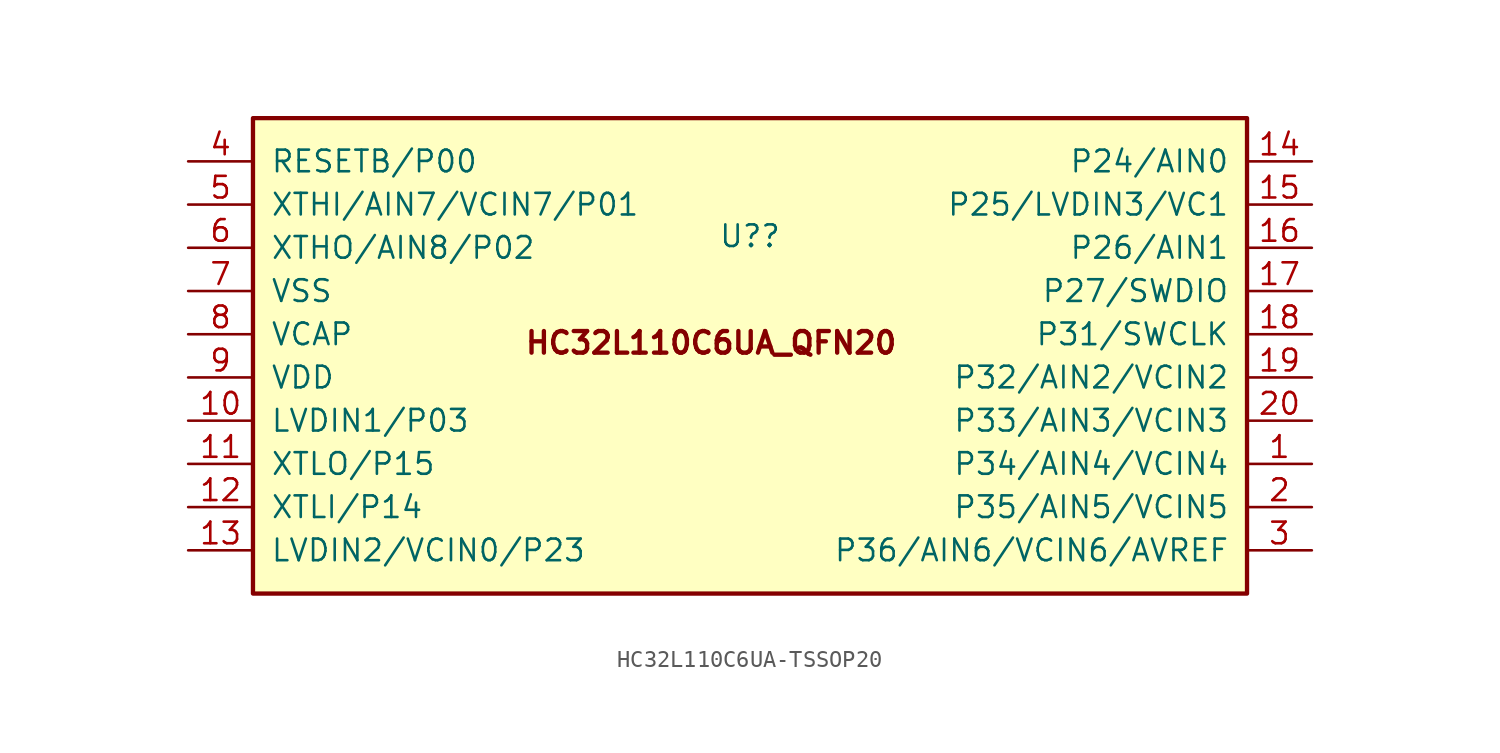
<source format=kicad_sym>
(kicad_symbol_lib
  (version 20241209)
  (generator "kicad_symbol_editor")
  (generator_version "9.0")
  (symbol "HC32L110C6UA-TSSOP20"
    (pin_names
      (offset 1.014))
    (property "Reference" "U?"
      (at 0 7.036 0)
      (effects (font (size 1.27 1.27))))
    (symbol "HC32L110C6UA-TSSOP20_1_1"
      (rectangle (start -29.21 13.97) (end 29.21 -13.97) (stroke (width 0.254) (type default)) (fill (type background)))
      (text "HC32L110C6UA_QFN20" (at -2.286 0.762 0) (effects (font (size 1.27 1.27) (thickness 0.254) (bold yes))))
      (pin input line (at -33.02 11.43 0) (length 3.81) (name "RESETB/P00" (effects (font (size 1.27 1.27)))) (number "4" (effects (font (size 1.27 1.27)))))
      (pin bidirectional line (at -33.02 8.89 0) (length 3.81) (name "XTHI/AIN7/VCIN7/P01" (effects (font (size 1.27 1.27)))) (number "5" (effects (font (size 1.27 1.27)))))
      (pin bidirectional line (at -33.02 6.35 0) (length 3.81) (name "XTHO/AIN8/P02" (effects (font (size 1.27 1.27)))) (number "6" (effects (font (size 1.27 1.27)))))
      (pin power_in line (at -33.02 3.81 0) (length 3.81) (name "VSS" (effects (font (size 1.27 1.27)))) (number "7" (effects (font (size 1.27 1.27)))))
      (pin passive line (at -33.02 1.27 0) (length 3.81) (name "VCAP" (effects (font (size 1.27 1.27)))) (number "8" (effects (font (size 1.27 1.27)))))
      (pin power_in line (at -33.02 -1.27 0) (length 3.81) (name "VDD" (effects (font (size 1.27 1.27)))) (number "9" (effects (font (size 1.27 1.27)))))
      (pin bidirectional line (at -33.02 -3.81 0) (length 3.81) (name "LVDIN1/P03" (effects (font (size 1.27 1.27)))) (number "10" (effects (font (size 1.27 1.27)))))
      (pin bidirectional line (at -33.02 -6.35 0) (length 3.81) (name "XTLO/P15" (effects (font (size 1.27 1.27)))) (number "11" (effects (font (size 1.27 1.27)))))
      (pin bidirectional line (at -33.02 -8.89 0) (length 3.81) (name "XTLI/P14" (effects (font (size 1.27 1.27)))) (number "12" (effects (font (size 1.27 1.27)))))
      (pin bidirectional line (at -33.02 -11.43 0) (length 3.81) (name "LVDIN2/VCIN0/P23" (effects (font (size 1.27 1.27)))) (number "13" (effects (font (size 1.27 1.27)))))
      (pin bidirectional line (at 33.02 11.43 180) (length 3.81) (name "P24/AIN0" (effects (font (size 1.27 1.27)))) (number "14" (effects (font (size 1.27 1.27)))))
      (pin bidirectional line (at 33.02 8.89 180) (length 3.81) (name "P25/LVDIN3/VC1" (effects (font (size 1.27 1.27)))) (number "15" (effects (font (size 1.27 1.27)))))
      (pin bidirectional line (at 33.02 6.35 180) (length 3.81) (name "P26/AIN1" (effects (font (size 1.27 1.27)))) (number "16" (effects (font (size 1.27 1.27)))))
      (pin bidirectional line (at 33.02 3.81 180) (length 3.81) (name "P27/SWDIO" (effects (font (size 1.27 1.27)))) (number "17" (effects (font (size 1.27 1.27)))))
      (pin input line (at 33.02 1.27 180) (length 3.81) (name "P31/SWCLK" (effects (font (size 1.27 1.27)))) (number "18" (effects (font (size 1.27 1.27)))))
      (pin bidirectional line (at 33.02 -1.27 180) (length 3.81) (name "P32/AIN2/VCIN2" (effects (font (size 1.27 1.27)))) (number "19" (effects (font (size 1.27 1.27)))))
      (pin bidirectional line (at 33.02 -3.81 180) (length 3.81) (name "P33/AIN3/VCIN3" (effects (font (size 1.27 1.27)))) (number "20" (effects (font (size 1.27 1.27)))))
      (pin bidirectional line (at 33.02 -6.35 180) (length 3.81) (name "P34/AIN4/VCIN4" (effects (font (size 1.27 1.27)))) (number "1" (effects (font (size 1.27 1.27)))))
      (pin bidirectional line (at 33.02 -8.89 180) (length 3.81) (name "P35/AIN5/VCIN5" (effects (font (size 1.27 1.27)))) (number "2" (effects (font (size 1.27 1.27)))))
      (pin bidirectional line (at 33.02 -11.43 180) (length 3.81) (name "P36/AIN6/VCIN6/AVREF" (effects (font (size 1.27 1.27)))) (number "3" (effects (font (size 1.27 1.27))))))))
</source>
